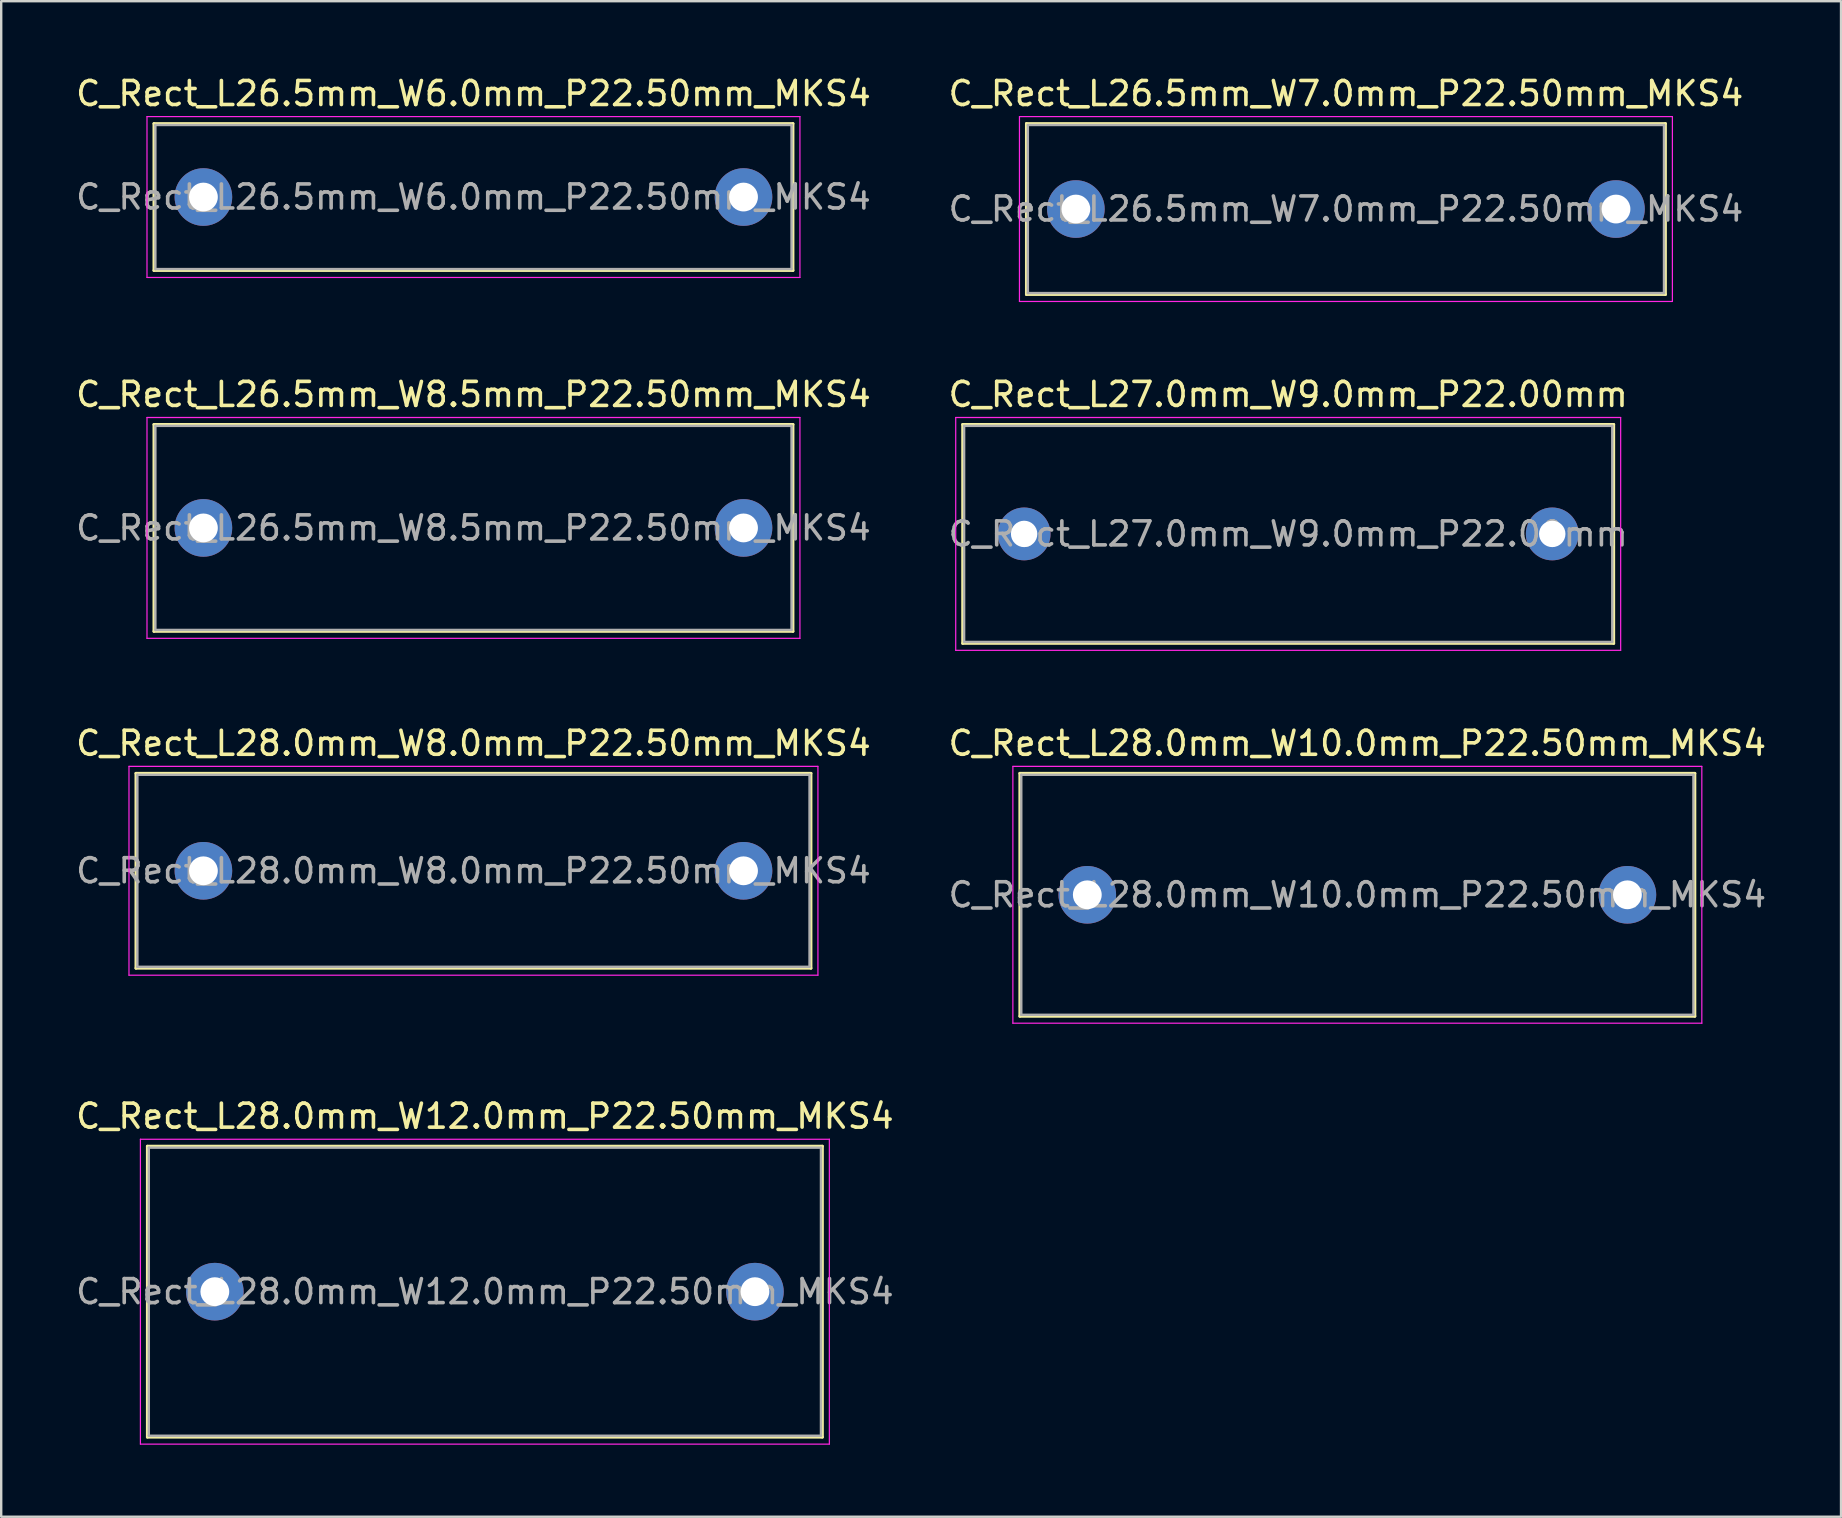
<source format=kicad_pcb>
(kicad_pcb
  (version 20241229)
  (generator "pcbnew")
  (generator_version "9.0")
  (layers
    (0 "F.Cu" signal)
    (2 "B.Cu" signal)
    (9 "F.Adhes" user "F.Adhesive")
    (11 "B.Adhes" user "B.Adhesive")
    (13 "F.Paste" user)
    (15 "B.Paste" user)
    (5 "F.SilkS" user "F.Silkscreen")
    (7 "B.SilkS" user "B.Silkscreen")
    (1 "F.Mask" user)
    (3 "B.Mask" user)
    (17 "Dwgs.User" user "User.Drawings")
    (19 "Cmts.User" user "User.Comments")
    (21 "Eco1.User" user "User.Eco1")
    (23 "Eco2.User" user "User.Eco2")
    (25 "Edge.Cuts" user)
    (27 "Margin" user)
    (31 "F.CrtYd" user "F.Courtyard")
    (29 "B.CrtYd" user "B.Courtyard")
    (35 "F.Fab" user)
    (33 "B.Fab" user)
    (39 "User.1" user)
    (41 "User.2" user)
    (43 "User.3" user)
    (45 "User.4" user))
  (footprint "C_Rect_L26.5mm_W6.0mm_P22.50mm_MKS4"
    (layer "F.Cu")
    (at 5.423 5.158)
    (property "Reference" "C_Rect_L26.5mm_W6.0mm_P22.50mm_MKS4" (at 11.25 -4.31 0) (layer "F.SilkS") (effects (font (size 1 1) (thickness 0.15))))
    (attr through_hole)
    (fp_line (start -2.06 -3.06) (end -2.06 3.06) (stroke (width 0.12) (type solid)) (layer "F.SilkS"))
    (fp_line (start -2.06 -3.06) (end 24.56 -3.06) (stroke (width 0.12) (type solid)) (layer "F.SilkS"))
    (fp_line (start -2.06 3.06) (end 24.56 3.06) (stroke (width 0.12) (type solid)) (layer "F.SilkS"))
    (fp_line (start 24.56 -3.06) (end 24.56 3.06) (stroke (width 0.12) (type solid)) (layer "F.SilkS"))
    (fp_line (start -2.35 -3.35) (end -2.35 3.35) (stroke (width 0.05) (type solid)) (layer "F.CrtYd"))
    (fp_line (start -2.35 3.35) (end 24.85 3.35) (stroke (width 0.05) (type solid)) (layer "F.CrtYd"))
    (fp_line (start 24.85 -3.35) (end -2.35 -3.35) (stroke (width 0.05) (type solid)) (layer "F.CrtYd"))
    (fp_line (start 24.85 3.35) (end 24.85 -3.35) (stroke (width 0.05) (type solid)) (layer "F.CrtYd"))
    (fp_line (start -2 -3) (end -2 3) (stroke (width 0.1) (type solid)) (layer "F.Fab"))
    (fp_line (start -2 3) (end 24.5 3) (stroke (width 0.1) (type solid)) (layer "F.Fab"))
    (fp_line (start 24.5 -3) (end -2 -3) (stroke (width 0.1) (type solid)) (layer "F.Fab"))
    (fp_line (start 24.5 3) (end 24.5 -3) (stroke (width 0.1) (type solid)) (layer "F.Fab"))
    (fp_text user "${REFERENCE}" (at 11.25 0 0) (layer "F.Fab") (effects (font (size 1 1) (thickness 0.15))))
    (pad "1" thru_hole circle (at 0 0) (size 2.4 2.4) (drill 1.2) (layers "*.Cu" "*.Mask"))
    (pad "2" thru_hole circle (at 22.5 0) (size 2.4 2.4) (drill 1.2) (layers "*.Cu" "*.Mask")))
  (footprint "C_Rect_L28.0mm_W10.0mm_P22.50mm_MKS4"
    (layer "F.Cu")
    (at 42.244 34.225)
    (property "Reference" "C_Rect_L28.0mm_W10.0mm_P22.50mm_MKS4" (at 11.25 -6.31 0) (layer "F.SilkS") (effects (font (size 1 1) (thickness 0.15))))
    (attr through_hole)
    (fp_line (start -2.81 -5.06) (end -2.81 5.06) (stroke (width 0.12) (type solid)) (layer "F.SilkS"))
    (fp_line (start -2.81 -5.06) (end 25.31 -5.06) (stroke (width 0.12) (type solid)) (layer "F.SilkS"))
    (fp_line (start -2.81 5.06) (end 25.31 5.06) (stroke (width 0.12) (type solid)) (layer "F.SilkS"))
    (fp_line (start 25.31 -5.06) (end 25.31 5.06) (stroke (width 0.12) (type solid)) (layer "F.SilkS"))
    (fp_line (start -3.1 -5.35) (end -3.1 5.35) (stroke (width 0.05) (type solid)) (layer "F.CrtYd"))
    (fp_line (start -3.1 5.35) (end 25.6 5.35) (stroke (width 0.05) (type solid)) (layer "F.CrtYd"))
    (fp_line (start 25.6 -5.35) (end -3.1 -5.35) (stroke (width 0.05) (type solid)) (layer "F.CrtYd"))
    (fp_line (start 25.6 5.35) (end 25.6 -5.35) (stroke (width 0.05) (type solid)) (layer "F.CrtYd"))
    (fp_line (start -2.75 -5) (end -2.75 5) (stroke (width 0.1) (type solid)) (layer "F.Fab"))
    (fp_line (start -2.75 5) (end 25.25 5) (stroke (width 0.1) (type solid)) (layer "F.Fab"))
    (fp_line (start 25.25 -5) (end -2.75 -5) (stroke (width 0.1) (type solid)) (layer "F.Fab"))
    (fp_line (start 25.25 5) (end 25.25 -5) (stroke (width 0.1) (type solid)) (layer "F.Fab"))
    (fp_text user "${REFERENCE}" (at 11.25 0 0) (layer "F.Fab") (effects (font (size 1 1) (thickness 0.15))))
    (pad "1" thru_hole circle (at 0 0) (size 2.4 2.4) (drill 1.2) (layers "*.Cu" "*.Mask"))
    (pad "2" thru_hole circle (at 22.5 0) (size 2.4 2.4) (drill 1.2) (layers "*.Cu" "*.Mask")))
  (footprint "C_Rect_L26.5mm_W7.0mm_P22.50mm_MKS4"
    (layer "F.Cu")
    (at 41.768 5.658)
    (property "Reference" "C_Rect_L26.5mm_W7.0mm_P22.50mm_MKS4" (at 11.25 -4.81 0) (layer "F.SilkS") (effects (font (size 1 1) (thickness 0.15))))
    (attr through_hole)
    (fp_line (start -2.06 -3.56) (end -2.06 3.56) (stroke (width 0.12) (type solid)) (layer "F.SilkS"))
    (fp_line (start -2.06 -3.56) (end 24.56 -3.56) (stroke (width 0.12) (type solid)) (layer "F.SilkS"))
    (fp_line (start -2.06 3.56) (end 24.56 3.56) (stroke (width 0.12) (type solid)) (layer "F.SilkS"))
    (fp_line (start 24.56 -3.56) (end 24.56 3.56) (stroke (width 0.12) (type solid)) (layer "F.SilkS"))
    (fp_line (start -2.35 -3.85) (end -2.35 3.85) (stroke (width 0.05) (type solid)) (layer "F.CrtYd"))
    (fp_line (start -2.35 3.85) (end 24.85 3.85) (stroke (width 0.05) (type solid)) (layer "F.CrtYd"))
    (fp_line (start 24.85 -3.85) (end -2.35 -3.85) (stroke (width 0.05) (type solid)) (layer "F.CrtYd"))
    (fp_line (start 24.85 3.85) (end 24.85 -3.85) (stroke (width 0.05) (type solid)) (layer "F.CrtYd"))
    (fp_line (start -2 -3.5) (end -2 3.5) (stroke (width 0.1) (type solid)) (layer "F.Fab"))
    (fp_line (start -2 3.5) (end 24.5 3.5) (stroke (width 0.1) (type solid)) (layer "F.Fab"))
    (fp_line (start 24.5 -3.5) (end -2 -3.5) (stroke (width 0.1) (type solid)) (layer "F.Fab"))
    (fp_line (start 24.5 3.5) (end 24.5 -3.5) (stroke (width 0.1) (type solid)) (layer "F.Fab"))
    (fp_text user "${REFERENCE}" (at 11.25 0 0) (layer "F.Fab") (effects (font (size 1 1) (thickness 0.15))))
    (pad "1" thru_hole circle (at 0 0) (size 2.4 2.4) (drill 1.2) (layers "*.Cu" "*.Mask"))
    (pad "2" thru_hole circle (at 22.5 0) (size 2.4 2.4) (drill 1.2) (layers "*.Cu" "*.Mask")))
  (footprint "C_Rect_L28.0mm_W8.0mm_P22.50mm_MKS4"
    (layer "F.Cu")
    (at 5.423 33.225)
    (property "Reference" "C_Rect_L28.0mm_W8.0mm_P22.50mm_MKS4" (at 11.25 -5.31 0) (layer "F.SilkS") (effects (font (size 1 1) (thickness 0.15))))
    (attr through_hole)
    (fp_line (start -2.81 -4.06) (end -2.81 4.06) (stroke (width 0.12) (type solid)) (layer "F.SilkS"))
    (fp_line (start -2.81 -4.06) (end 25.31 -4.06) (stroke (width 0.12) (type solid)) (layer "F.SilkS"))
    (fp_line (start -2.81 4.06) (end 25.31 4.06) (stroke (width 0.12) (type solid)) (layer "F.SilkS"))
    (fp_line (start 25.31 -4.06) (end 25.31 4.06) (stroke (width 0.12) (type solid)) (layer "F.SilkS"))
    (fp_line (start -3.1 -4.35) (end -3.1 4.35) (stroke (width 0.05) (type solid)) (layer "F.CrtYd"))
    (fp_line (start -3.1 4.35) (end 25.6 4.35) (stroke (width 0.05) (type solid)) (layer "F.CrtYd"))
    (fp_line (start 25.6 -4.35) (end -3.1 -4.35) (stroke (width 0.05) (type solid)) (layer "F.CrtYd"))
    (fp_line (start 25.6 4.35) (end 25.6 -4.35) (stroke (width 0.05) (type solid)) (layer "F.CrtYd"))
    (fp_line (start -2.75 -4) (end -2.75 4) (stroke (width 0.1) (type solid)) (layer "F.Fab"))
    (fp_line (start -2.75 4) (end 25.25 4) (stroke (width 0.1) (type solid)) (layer "F.Fab"))
    (fp_line (start 25.25 -4) (end -2.75 -4) (stroke (width 0.1) (type solid)) (layer "F.Fab"))
    (fp_line (start 25.25 4) (end 25.25 -4) (stroke (width 0.1) (type solid)) (layer "F.Fab"))
    (fp_text user "${REFERENCE}" (at 11.25 0 0) (layer "F.Fab") (effects (font (size 1 1) (thickness 0.15))))
    (pad "1" thru_hole circle (at 0 0) (size 2.4 2.4) (drill 1.2) (layers "*.Cu" "*.Mask"))
    (pad "2" thru_hole circle (at 22.5 0) (size 2.4 2.4) (drill 1.2) (layers "*.Cu" "*.Mask")))
  (footprint "C_Rect_L28.0mm_W12.0mm_P22.50mm_MKS4"
    (layer "F.Cu")
    (at 5.899 50.758)
    (property "Reference" "C_Rect_L28.0mm_W12.0mm_P22.50mm_MKS4" (at 11.25 -7.31 0) (layer "F.SilkS") (effects (font (size 1 1) (thickness 0.15))))
    (attr through_hole)
    (fp_line (start -2.81 -6.06) (end -2.81 6.06) (stroke (width 0.12) (type solid)) (layer "F.SilkS"))
    (fp_line (start -2.81 -6.06) (end 25.31 -6.06) (stroke (width 0.12) (type solid)) (layer "F.SilkS"))
    (fp_line (start -2.81 6.06) (end 25.31 6.06) (stroke (width 0.12) (type solid)) (layer "F.SilkS"))
    (fp_line (start 25.31 -6.06) (end 25.31 6.06) (stroke (width 0.12) (type solid)) (layer "F.SilkS"))
    (fp_line (start -3.1 -6.35) (end -3.1 6.35) (stroke (width 0.05) (type solid)) (layer "F.CrtYd"))
    (fp_line (start -3.1 6.35) (end 25.6 6.35) (stroke (width 0.05) (type solid)) (layer "F.CrtYd"))
    (fp_line (start 25.6 -6.35) (end -3.1 -6.35) (stroke (width 0.05) (type solid)) (layer "F.CrtYd"))
    (fp_line (start 25.6 6.35) (end 25.6 -6.35) (stroke (width 0.05) (type solid)) (layer "F.CrtYd"))
    (fp_line (start -2.75 -6) (end -2.75 6) (stroke (width 0.1) (type solid)) (layer "F.Fab"))
    (fp_line (start -2.75 6) (end 25.25 6) (stroke (width 0.1) (type solid)) (layer "F.Fab"))
    (fp_line (start 25.25 -6) (end -2.75 -6) (stroke (width 0.1) (type solid)) (layer "F.Fab"))
    (fp_line (start 25.25 6) (end 25.25 -6) (stroke (width 0.1) (type solid)) (layer "F.Fab"))
    (fp_text user "${REFERENCE}" (at 11.25 0 0) (layer "F.Fab") (effects (font (size 1 1) (thickness 0.15))))
    (pad "1" thru_hole circle (at 0 0) (size 2.4 2.4) (drill 1.2) (layers "*.Cu" "*.Mask"))
    (pad "2" thru_hole circle (at 22.5 0) (size 2.4 2.4) (drill 1.2) (layers "*.Cu" "*.Mask")))
  (footprint "C_Rect_L27.0mm_W9.0mm_P22.00mm"
    (layer "F.Cu")
    (at 39.613 19.192)
    (property "Reference" "C_Rect_L27.0mm_W9.0mm_P22.00mm" (at 11 -5.81 0) (layer "F.SilkS") (effects (font (size 1 1) (thickness 0.15))))
    (attr through_hole)
    (fp_line (start -2.56 -4.56) (end -2.56 4.56) (stroke (width 0.12) (type solid)) (layer "F.SilkS"))
    (fp_line (start -2.56 -4.56) (end 24.56 -4.56) (stroke (width 0.12) (type solid)) (layer "F.SilkS"))
    (fp_line (start -2.56 4.56) (end 24.56 4.56) (stroke (width 0.12) (type solid)) (layer "F.SilkS"))
    (fp_line (start 24.56 -4.56) (end 24.56 4.56) (stroke (width 0.12) (type solid)) (layer "F.SilkS"))
    (fp_line (start -2.85 -4.85) (end -2.85 4.85) (stroke (width 0.05) (type solid)) (layer "F.CrtYd"))
    (fp_line (start -2.85 4.85) (end 24.85 4.85) (stroke (width 0.05) (type solid)) (layer "F.CrtYd"))
    (fp_line (start 24.85 -4.85) (end -2.85 -4.85) (stroke (width 0.05) (type solid)) (layer "F.CrtYd"))
    (fp_line (start 24.85 4.85) (end 24.85 -4.85) (stroke (width 0.05) (type solid)) (layer "F.CrtYd"))
    (fp_line (start -2.5 -4.5) (end -2.5 4.5) (stroke (width 0.1) (type solid)) (layer "F.Fab"))
    (fp_line (start -2.5 4.5) (end 24.5 4.5) (stroke (width 0.1) (type solid)) (layer "F.Fab"))
    (fp_line (start 24.5 -4.5) (end -2.5 -4.5) (stroke (width 0.1) (type solid)) (layer "F.Fab"))
    (fp_line (start 24.5 4.5) (end 24.5 -4.5) (stroke (width 0.1) (type solid)) (layer "F.Fab"))
    (fp_text user "${REFERENCE}" (at 11 0 0) (layer "F.Fab") (effects (font (size 1 1) (thickness 0.15))))
    (pad "1" thru_hole circle (at 0 0) (size 2.2 2.2) (drill 1.1) (layers "*.Cu" "*.Mask"))
    (pad "2" thru_hole circle (at 22 0) (size 2.2 2.2) (drill 1.1) (layers "*.Cu" "*.Mask")))
  (footprint "C_Rect_L26.5mm_W8.5mm_P22.50mm_MKS4"
    (layer "F.Cu")
    (at 5.423 18.942)
    (property "Reference" "C_Rect_L26.5mm_W8.5mm_P22.50mm_MKS4" (at 11.25 -5.56 0) (layer "F.SilkS") (effects (font (size 1 1) (thickness 0.15))))
    (attr through_hole)
    (fp_line (start -2.06 -4.31) (end -2.06 4.31) (stroke (width 0.12) (type solid)) (layer "F.SilkS"))
    (fp_line (start -2.06 -4.31) (end 24.56 -4.31) (stroke (width 0.12) (type solid)) (layer "F.SilkS"))
    (fp_line (start -2.06 4.31) (end 24.56 4.31) (stroke (width 0.12) (type solid)) (layer "F.SilkS"))
    (fp_line (start 24.56 -4.31) (end 24.56 4.31) (stroke (width 0.12) (type solid)) (layer "F.SilkS"))
    (fp_line (start -2.35 -4.6) (end -2.35 4.6) (stroke (width 0.05) (type solid)) (layer "F.CrtYd"))
    (fp_line (start -2.35 4.6) (end 24.85 4.6) (stroke (width 0.05) (type solid)) (layer "F.CrtYd"))
    (fp_line (start 24.85 -4.6) (end -2.35 -4.6) (stroke (width 0.05) (type solid)) (layer "F.CrtYd"))
    (fp_line (start 24.85 4.6) (end 24.85 -4.6) (stroke (width 0.05) (type solid)) (layer "F.CrtYd"))
    (fp_line (start -2 -4.25) (end -2 4.25) (stroke (width 0.1) (type solid)) (layer "F.Fab"))
    (fp_line (start -2 4.25) (end 24.5 4.25) (stroke (width 0.1) (type solid)) (layer "F.Fab"))
    (fp_line (start 24.5 -4.25) (end -2 -4.25) (stroke (width 0.1) (type solid)) (layer "F.Fab"))
    (fp_line (start 24.5 4.25) (end 24.5 -4.25) (stroke (width 0.1) (type solid)) (layer "F.Fab"))
    (fp_text user "${REFERENCE}" (at 11.25 0 0) (layer "F.Fab") (effects (font (size 1 1) (thickness 0.15))))
    (pad "1" thru_hole circle (at 0 0) (size 2.4 2.4) (drill 1.2) (layers "*.Cu" "*.Mask"))
    (pad "2" thru_hole circle (at 22.5 0) (size 2.4 2.4) (drill 1.2) (layers "*.Cu" "*.Mask")))
  (gr_rect
    (start -3 -3)
    (end 73.643 60.133)
    (stroke (width 0.1) (type default))
    (fill no)
    (layer "Edge.Cuts")))
</source>
